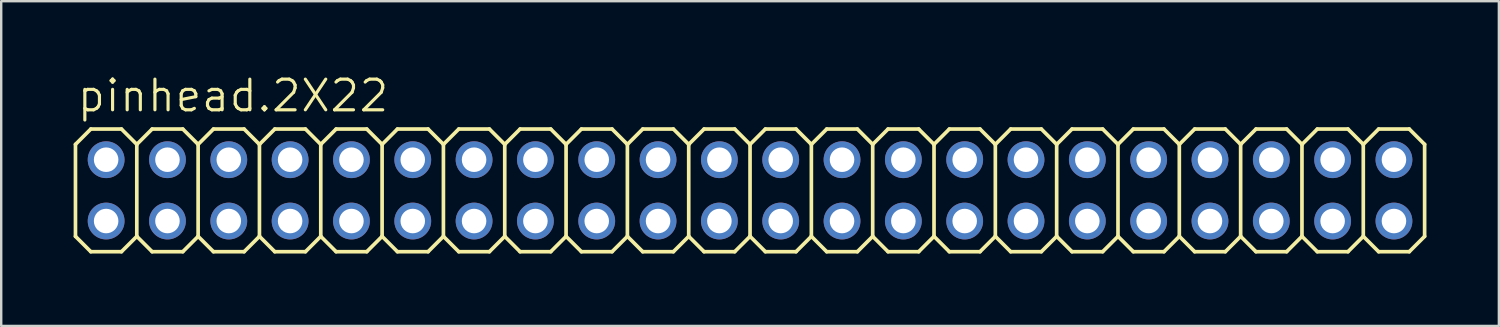
<source format=kicad_pcb>
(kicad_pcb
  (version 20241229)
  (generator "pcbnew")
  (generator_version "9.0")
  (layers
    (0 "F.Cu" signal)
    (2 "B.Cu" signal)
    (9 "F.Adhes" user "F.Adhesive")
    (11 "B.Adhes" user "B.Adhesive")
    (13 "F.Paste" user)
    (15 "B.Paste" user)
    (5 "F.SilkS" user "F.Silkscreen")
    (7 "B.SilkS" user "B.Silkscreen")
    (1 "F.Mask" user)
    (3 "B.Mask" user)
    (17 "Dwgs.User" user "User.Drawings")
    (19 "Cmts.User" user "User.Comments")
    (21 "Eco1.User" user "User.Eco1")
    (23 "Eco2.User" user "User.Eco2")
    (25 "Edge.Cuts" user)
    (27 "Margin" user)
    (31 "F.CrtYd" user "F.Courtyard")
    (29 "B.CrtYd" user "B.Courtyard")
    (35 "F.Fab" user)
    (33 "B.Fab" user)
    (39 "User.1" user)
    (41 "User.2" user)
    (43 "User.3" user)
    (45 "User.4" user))
  (footprint "pinhead.2X22"
    (layer "F.Cu")
    (at 26.746 4.835)
    (property "Reference" "pinhead.2X22" (at -26.67 -3.175 0) (layer "F.SilkS") (effects (font (size 1.27 1.27) (thickness 0.13)) (justify left bottom)))
    (attr through_hole)
    (fp_line (start -26.67 -1.905) (end -26.035 -2.54) (stroke (width 0.152) (type default)) (layer "F.SilkS"))
    (fp_line (start -26.67 1.905) (end -26.67 -1.905) (stroke (width 0.152) (type default)) (layer "F.SilkS"))
    (fp_line (start -26.67 1.905) (end -26.035 2.54) (stroke (width 0.152) (type default)) (layer "F.SilkS"))
    (fp_line (start -26.035 -2.54) (end -24.765 -2.54) (stroke (width 0.152) (type default)) (layer "F.SilkS"))
    (fp_line (start -26.035 2.54) (end -24.765 2.54) (stroke (width 0.152) (type default)) (layer "F.SilkS"))
    (fp_line (start -24.765 -2.54) (end -24.13 -1.905) (stroke (width 0.152) (type default)) (layer "F.SilkS"))
    (fp_line (start -24.765 2.54) (end -24.13 1.905) (stroke (width 0.152) (type default)) (layer "F.SilkS"))
    (fp_line (start -24.13 -1.905) (end -24.13 1.905) (stroke (width 0.152) (type default)) (layer "F.SilkS"))
    (fp_line (start -24.13 -1.905) (end -23.495 -2.54) (stroke (width 0.152) (type default)) (layer "F.SilkS"))
    (fp_line (start -24.13 1.905) (end -23.495 2.54) (stroke (width 0.152) (type default)) (layer "F.SilkS"))
    (fp_line (start -23.495 -2.54) (end -22.225 -2.54) (stroke (width 0.152) (type default)) (layer "F.SilkS"))
    (fp_line (start -23.495 2.54) (end -22.225 2.54) (stroke (width 0.152) (type default)) (layer "F.SilkS"))
    (fp_line (start -22.225 -2.54) (end -21.59 -1.905) (stroke (width 0.152) (type default)) (layer "F.SilkS"))
    (fp_line (start -22.225 2.54) (end -21.59 1.905) (stroke (width 0.152) (type default)) (layer "F.SilkS"))
    (fp_line (start -21.59 -1.905) (end -21.59 1.905) (stroke (width 0.152) (type default)) (layer "F.SilkS"))
    (fp_line (start -21.59 -1.905) (end -20.955 -2.54) (stroke (width 0.152) (type default)) (layer "F.SilkS"))
    (fp_line (start -21.59 1.905) (end -20.955 2.54) (stroke (width 0.152) (type default)) (layer "F.SilkS"))
    (fp_line (start -20.955 -2.54) (end -19.685 -2.54) (stroke (width 0.152) (type default)) (layer "F.SilkS"))
    (fp_line (start -20.955 2.54) (end -19.685 2.54) (stroke (width 0.152) (type default)) (layer "F.SilkS"))
    (fp_line (start -19.685 -2.54) (end -19.05 -1.905) (stroke (width 0.152) (type default)) (layer "F.SilkS"))
    (fp_line (start -19.685 2.54) (end -19.05 1.905) (stroke (width 0.152) (type default)) (layer "F.SilkS"))
    (fp_line (start -19.05 -1.905) (end -19.05 1.905) (stroke (width 0.152) (type default)) (layer "F.SilkS"))
    (fp_line (start -19.05 -1.905) (end -18.415 -2.54) (stroke (width 0.152) (type default)) (layer "F.SilkS"))
    (fp_line (start -19.05 1.905) (end -18.415 2.54) (stroke (width 0.152) (type default)) (layer "F.SilkS"))
    (fp_line (start -18.415 -2.54) (end -17.145 -2.54) (stroke (width 0.152) (type default)) (layer "F.SilkS"))
    (fp_line (start -18.415 2.54) (end -17.145 2.54) (stroke (width 0.152) (type default)) (layer "F.SilkS"))
    (fp_line (start -17.145 -2.54) (end -16.51 -1.905) (stroke (width 0.152) (type default)) (layer "F.SilkS"))
    (fp_line (start -17.145 2.54) (end -16.51 1.905) (stroke (width 0.152) (type default)) (layer "F.SilkS"))
    (fp_line (start -16.51 -1.905) (end -16.51 1.905) (stroke (width 0.152) (type default)) (layer "F.SilkS"))
    (fp_line (start -16.51 -1.905) (end -15.875 -2.54) (stroke (width 0.152) (type default)) (layer "F.SilkS"))
    (fp_line (start -16.51 1.905) (end -15.875 2.54) (stroke (width 0.152) (type default)) (layer "F.SilkS"))
    (fp_line (start -15.875 -2.54) (end -14.605 -2.54) (stroke (width 0.152) (type default)) (layer "F.SilkS"))
    (fp_line (start -15.875 2.54) (end -14.605 2.54) (stroke (width 0.152) (type default)) (layer "F.SilkS"))
    (fp_line (start -14.605 -2.54) (end -13.97 -1.905) (stroke (width 0.152) (type default)) (layer "F.SilkS"))
    (fp_line (start -14.605 2.54) (end -13.97 1.905) (stroke (width 0.152) (type default)) (layer "F.SilkS"))
    (fp_line (start -13.97 -1.905) (end -13.97 1.905) (stroke (width 0.152) (type default)) (layer "F.SilkS"))
    (fp_line (start -13.97 -1.905) (end -13.335 -2.54) (stroke (width 0.152) (type default)) (layer "F.SilkS"))
    (fp_line (start -13.97 1.905) (end -13.335 2.54) (stroke (width 0.152) (type default)) (layer "F.SilkS"))
    (fp_line (start -13.335 -2.54) (end -12.065 -2.54) (stroke (width 0.152) (type default)) (layer "F.SilkS"))
    (fp_line (start -13.335 2.54) (end -12.065 2.54) (stroke (width 0.152) (type default)) (layer "F.SilkS"))
    (fp_line (start -12.065 -2.54) (end -11.43 -1.905) (stroke (width 0.152) (type default)) (layer "F.SilkS"))
    (fp_line (start -12.065 2.54) (end -11.43 1.905) (stroke (width 0.152) (type default)) (layer "F.SilkS"))
    (fp_line (start -11.43 -1.905) (end -11.43 1.905) (stroke (width 0.152) (type default)) (layer "F.SilkS"))
    (fp_line (start -11.43 -1.905) (end -10.795 -2.54) (stroke (width 0.152) (type default)) (layer "F.SilkS"))
    (fp_line (start -11.43 1.905) (end -10.795 2.54) (stroke (width 0.152) (type default)) (layer "F.SilkS"))
    (fp_line (start -10.795 -2.54) (end -9.525 -2.54) (stroke (width 0.152) (type default)) (layer "F.SilkS"))
    (fp_line (start -9.525 -2.54) (end -8.89 -1.905) (stroke (width 0.152) (type default)) (layer "F.SilkS"))
    (fp_line (start -9.525 2.54) (end -10.795 2.54) (stroke (width 0.152) (type default)) (layer "F.SilkS"))
    (fp_line (start -8.89 -1.905) (end -8.89 1.905) (stroke (width 0.152) (type default)) (layer "F.SilkS"))
    (fp_line (start -8.89 -1.905) (end -8.255 -2.54) (stroke (width 0.152) (type default)) (layer "F.SilkS"))
    (fp_line (start -8.89 1.905) (end -9.525 2.54) (stroke (width 0.152) (type default)) (layer "F.SilkS"))
    (fp_line (start -8.89 1.905) (end -8.255 2.54) (stroke (width 0.152) (type default)) (layer "F.SilkS"))
    (fp_line (start -8.255 -2.54) (end -6.985 -2.54) (stroke (width 0.152) (type default)) (layer "F.SilkS"))
    (fp_line (start -6.985 -2.54) (end -6.35 -1.905) (stroke (width 0.152) (type default)) (layer "F.SilkS"))
    (fp_line (start -6.985 2.54) (end -8.255 2.54) (stroke (width 0.152) (type default)) (layer "F.SilkS"))
    (fp_line (start -6.35 -1.905) (end -6.35 1.905) (stroke (width 0.152) (type default)) (layer "F.SilkS"))
    (fp_line (start -6.35 -1.905) (end -5.715 -2.54) (stroke (width 0.152) (type default)) (layer "F.SilkS"))
    (fp_line (start -6.35 1.905) (end -6.985 2.54) (stroke (width 0.152) (type default)) (layer "F.SilkS"))
    (fp_line (start -6.35 1.905) (end -5.715 2.54) (stroke (width 0.152) (type default)) (layer "F.SilkS"))
    (fp_line (start -5.715 -2.54) (end -4.445 -2.54) (stroke (width 0.152) (type default)) (layer "F.SilkS"))
    (fp_line (start -4.445 -2.54) (end -3.81 -1.905) (stroke (width 0.152) (type default)) (layer "F.SilkS"))
    (fp_line (start -4.445 2.54) (end -5.715 2.54) (stroke (width 0.152) (type default)) (layer "F.SilkS"))
    (fp_line (start -3.81 -1.905) (end -3.81 1.905) (stroke (width 0.152) (type default)) (layer "F.SilkS"))
    (fp_line (start -3.81 -1.905) (end -3.175 -2.54) (stroke (width 0.152) (type default)) (layer "F.SilkS"))
    (fp_line (start -3.81 1.905) (end -4.445 2.54) (stroke (width 0.152) (type default)) (layer "F.SilkS"))
    (fp_line (start -3.81 1.905) (end -3.175 2.54) (stroke (width 0.152) (type default)) (layer "F.SilkS"))
    (fp_line (start -3.175 -2.54) (end -1.905 -2.54) (stroke (width 0.152) (type default)) (layer "F.SilkS"))
    (fp_line (start -1.905 -2.54) (end -1.27 -1.905) (stroke (width 0.152) (type default)) (layer "F.SilkS"))
    (fp_line (start -1.905 2.54) (end -3.175 2.54) (stroke (width 0.152) (type default)) (layer "F.SilkS"))
    (fp_line (start -1.27 -1.905) (end -1.27 1.905) (stroke (width 0.152) (type default)) (layer "F.SilkS"))
    (fp_line (start -1.27 -1.905) (end -0.635 -2.54) (stroke (width 0.152) (type default)) (layer "F.SilkS"))
    (fp_line (start -1.27 1.905) (end -1.905 2.54) (stroke (width 0.152) (type default)) (layer "F.SilkS"))
    (fp_line (start -1.27 1.905) (end -0.635 2.54) (stroke (width 0.152) (type default)) (layer "F.SilkS"))
    (fp_line (start -0.635 -2.54) (end 0.635 -2.54) (stroke (width 0.152) (type default)) (layer "F.SilkS"))
    (fp_line (start 0.635 -2.54) (end 1.27 -1.905) (stroke (width 0.152) (type default)) (layer "F.SilkS"))
    (fp_line (start 0.635 2.54) (end -0.635 2.54) (stroke (width 0.152) (type default)) (layer "F.SilkS"))
    (fp_line (start 1.27 -1.905) (end 1.27 1.905) (stroke (width 0.152) (type default)) (layer "F.SilkS"))
    (fp_line (start 1.27 -1.905) (end 1.905 -2.54) (stroke (width 0.152) (type default)) (layer "F.SilkS"))
    (fp_line (start 1.27 1.905) (end 0.635 2.54) (stroke (width 0.152) (type default)) (layer "F.SilkS"))
    (fp_line (start 1.27 1.905) (end 1.905 2.54) (stroke (width 0.152) (type default)) (layer "F.SilkS"))
    (fp_line (start 1.905 -2.54) (end 3.175 -2.54) (stroke (width 0.152) (type default)) (layer "F.SilkS"))
    (fp_line (start 3.175 2.54) (end 1.905 2.54) (stroke (width 0.152) (type default)) (layer "F.SilkS"))
    (fp_line (start 3.81 -1.905) (end 3.175 -2.54) (stroke (width 0.152) (type default)) (layer "F.SilkS"))
    (fp_line (start 3.81 -1.905) (end 3.81 1.905) (stroke (width 0.152) (type default)) (layer "F.SilkS"))
    (fp_line (start 3.81 -1.905) (end 4.445 -2.54) (stroke (width 0.152) (type default)) (layer "F.SilkS"))
    (fp_line (start 3.81 1.905) (end 3.175 2.54) (stroke (width 0.152) (type default)) (layer "F.SilkS"))
    (fp_line (start 3.81 1.905) (end 4.445 2.54) (stroke (width 0.152) (type default)) (layer "F.SilkS"))
    (fp_line (start 5.715 -2.54) (end 4.445 -2.54) (stroke (width 0.152) (type default)) (layer "F.SilkS"))
    (fp_line (start 5.715 -2.54) (end 6.35 -1.905) (stroke (width 0.152) (type default)) (layer "F.SilkS"))
    (fp_line (start 5.715 2.54) (end 4.445 2.54) (stroke (width 0.152) (type default)) (layer "F.SilkS"))
    (fp_line (start 6.35 -1.905) (end 6.35 1.905) (stroke (width 0.152) (type default)) (layer "F.SilkS"))
    (fp_line (start 6.35 -1.905) (end 6.985 -2.54) (stroke (width 0.152) (type default)) (layer "F.SilkS"))
    (fp_line (start 6.35 1.905) (end 5.715 2.54) (stroke (width 0.152) (type default)) (layer "F.SilkS"))
    (fp_line (start 6.35 1.905) (end 6.985 2.54) (stroke (width 0.152) (type default)) (layer "F.SilkS"))
    (fp_line (start 8.255 -2.54) (end 6.985 -2.54) (stroke (width 0.152) (type default)) (layer "F.SilkS"))
    (fp_line (start 8.255 -2.54) (end 8.89 -1.905) (stroke (width 0.152) (type default)) (layer "F.SilkS"))
    (fp_line (start 8.255 2.54) (end 6.985 2.54) (stroke (width 0.152) (type default)) (layer "F.SilkS"))
    (fp_line (start 8.89 -1.905) (end 8.89 1.905) (stroke (width 0.152) (type default)) (layer "F.SilkS"))
    (fp_line (start 8.89 -1.905) (end 9.525 -2.54) (stroke (width 0.152) (type default)) (layer "F.SilkS"))
    (fp_line (start 8.89 1.905) (end 8.255 2.54) (stroke (width 0.152) (type default)) (layer "F.SilkS"))
    (fp_line (start 9.525 2.54) (end 8.89 1.905) (stroke (width 0.152) (type default)) (layer "F.SilkS"))
    (fp_line (start 9.525 2.54) (end 10.795 2.54) (stroke (width 0.152) (type default)) (layer "F.SilkS"))
    (fp_line (start 10.795 -2.54) (end 9.525 -2.54) (stroke (width 0.152) (type default)) (layer "F.SilkS"))
    (fp_line (start 10.795 -2.54) (end 11.43 -1.905) (stroke (width 0.152) (type default)) (layer "F.SilkS"))
    (fp_line (start 11.43 -1.905) (end 11.43 1.905) (stroke (width 0.152) (type default)) (layer "F.SilkS"))
    (fp_line (start 11.43 -1.905) (end 12.065 -2.54) (stroke (width 0.152) (type default)) (layer "F.SilkS"))
    (fp_line (start 11.43 1.905) (end 10.795 2.54) (stroke (width 0.152) (type default)) (layer "F.SilkS"))
    (fp_line (start 12.065 2.54) (end 11.43 1.905) (stroke (width 0.152) (type default)) (layer "F.SilkS"))
    (fp_line (start 12.065 2.54) (end 13.335 2.54) (stroke (width 0.152) (type default)) (layer "F.SilkS"))
    (fp_line (start 13.335 -2.54) (end 12.065 -2.54) (stroke (width 0.152) (type default)) (layer "F.SilkS"))
    (fp_line (start 13.335 -2.54) (end 13.97 -1.905) (stroke (width 0.152) (type default)) (layer "F.SilkS"))
    (fp_line (start 13.97 -1.905) (end 13.97 1.905) (stroke (width 0.152) (type default)) (layer "F.SilkS"))
    (fp_line (start 13.97 -1.905) (end 14.605 -2.54) (stroke (width 0.152) (type default)) (layer "F.SilkS"))
    (fp_line (start 13.97 1.905) (end 13.335 2.54) (stroke (width 0.152) (type default)) (layer "F.SilkS"))
    (fp_line (start 13.97 1.905) (end 14.605 2.54) (stroke (width 0.152) (type default)) (layer "F.SilkS"))
    (fp_line (start 15.875 -2.54) (end 14.605 -2.54) (stroke (width 0.152) (type default)) (layer "F.SilkS"))
    (fp_line (start 15.875 -2.54) (end 16.51 -1.905) (stroke (width 0.152) (type default)) (layer "F.SilkS"))
    (fp_line (start 15.875 2.54) (end 14.605 2.54) (stroke (width 0.152) (type default)) (layer "F.SilkS"))
    (fp_line (start 16.51 -1.905) (end 16.51 1.905) (stroke (width 0.152) (type default)) (layer "F.SilkS"))
    (fp_line (start 16.51 -1.905) (end 17.145 -2.54) (stroke (width 0.152) (type default)) (layer "F.SilkS"))
    (fp_line (start 16.51 1.905) (end 15.875 2.54) (stroke (width 0.152) (type default)) (layer "F.SilkS"))
    (fp_line (start 16.51 1.905) (end 17.145 2.54) (stroke (width 0.152) (type default)) (layer "F.SilkS"))
    (fp_line (start 18.415 -2.54) (end 17.145 -2.54) (stroke (width 0.152) (type default)) (layer "F.SilkS"))
    (fp_line (start 18.415 -2.54) (end 19.05 -1.905) (stroke (width 0.152) (type default)) (layer "F.SilkS"))
    (fp_line (start 18.415 2.54) (end 17.145 2.54) (stroke (width 0.152) (type default)) (layer "F.SilkS"))
    (fp_line (start 19.05 -1.905) (end 19.05 1.905) (stroke (width 0.152) (type default)) (layer "F.SilkS"))
    (fp_line (start 19.05 -1.905) (end 19.685 -2.54) (stroke (width 0.152) (type default)) (layer "F.SilkS"))
    (fp_line (start 19.05 1.905) (end 18.415 2.54) (stroke (width 0.152) (type default)) (layer "F.SilkS"))
    (fp_line (start 19.05 1.905) (end 19.685 2.54) (stroke (width 0.152) (type default)) (layer "F.SilkS"))
    (fp_line (start 20.955 -2.54) (end 19.685 -2.54) (stroke (width 0.152) (type default)) (layer "F.SilkS"))
    (fp_line (start 20.955 -2.54) (end 21.59 -1.905) (stroke (width 0.152) (type default)) (layer "F.SilkS"))
    (fp_line (start 20.955 2.54) (end 19.685 2.54) (stroke (width 0.152) (type default)) (layer "F.SilkS"))
    (fp_line (start 21.59 -1.905) (end 21.59 1.905) (stroke (width 0.152) (type default)) (layer "F.SilkS"))
    (fp_line (start 21.59 -1.905) (end 22.225 -2.54) (stroke (width 0.152) (type default)) (layer "F.SilkS"))
    (fp_line (start 21.59 1.905) (end 20.955 2.54) (stroke (width 0.152) (type default)) (layer "F.SilkS"))
    (fp_line (start 21.59 1.905) (end 22.225 2.54) (stroke (width 0.152) (type default)) (layer "F.SilkS"))
    (fp_line (start 23.495 -2.54) (end 22.225 -2.54) (stroke (width 0.152) (type default)) (layer "F.SilkS"))
    (fp_line (start 23.495 -2.54) (end 24.13 -1.905) (stroke (width 0.152) (type default)) (layer "F.SilkS"))
    (fp_line (start 23.495 2.54) (end 22.225 2.54) (stroke (width 0.152) (type default)) (layer "F.SilkS"))
    (fp_line (start 24.13 -1.905) (end 24.13 1.905) (stroke (width 0.152) (type default)) (layer "F.SilkS"))
    (fp_line (start 24.13 -1.905) (end 24.765 -2.54) (stroke (width 0.152) (type default)) (layer "F.SilkS"))
    (fp_line (start 24.13 1.905) (end 23.495 2.54) (stroke (width 0.152) (type default)) (layer "F.SilkS"))
    (fp_line (start 24.13 1.905) (end 24.765 2.54) (stroke (width 0.152) (type default)) (layer "F.SilkS"))
    (fp_line (start 26.035 -2.54) (end 24.765 -2.54) (stroke (width 0.152) (type default)) (layer "F.SilkS"))
    (fp_line (start 26.035 -2.54) (end 26.67 -1.905) (stroke (width 0.152) (type default)) (layer "F.SilkS"))
    (fp_line (start 26.035 2.54) (end 24.765 2.54) (stroke (width 0.152) (type default)) (layer "F.SilkS"))
    (fp_line (start 26.67 -1.905) (end 26.67 1.905) (stroke (width 0.152) (type default)) (layer "F.SilkS"))
    (fp_line (start 26.67 -1.905) (end 27.305 -2.54) (stroke (width 0.152) (type default)) (layer "F.SilkS"))
    (fp_line (start 26.67 1.905) (end 26.035 2.54) (stroke (width 0.152) (type default)) (layer "F.SilkS"))
    (fp_line (start 26.67 1.905) (end 27.305 2.54) (stroke (width 0.152) (type default)) (layer "F.SilkS"))
    (fp_line (start 28.575 -2.54) (end 27.305 -2.54) (stroke (width 0.152) (type default)) (layer "F.SilkS"))
    (fp_line (start 28.575 -2.54) (end 29.21 -1.905) (stroke (width 0.152) (type default)) (layer "F.SilkS"))
    (fp_line (start 28.575 2.54) (end 27.305 2.54) (stroke (width 0.152) (type default)) (layer "F.SilkS"))
    (fp_line (start 29.21 -1.905) (end 29.21 1.905) (stroke (width 0.152) (type default)) (layer "F.SilkS"))
    (fp_line (start 29.21 1.905) (end 28.575 2.54) (stroke (width 0.152) (type default)) (layer "F.SilkS"))
    (fp_rect (start -25.654 -1.016) (end -25.146 -1.524) (stroke (width 0.05) (type default)) (fill no) (layer "F.Fab"))
    (fp_rect (start -25.654 1.524) (end -25.146 1.016) (stroke (width 0.05) (type default)) (fill no) (layer "F.Fab"))
    (fp_rect (start -23.114 -1.016) (end -22.606 -1.524) (stroke (width 0.05) (type default)) (fill no) (layer "F.Fab"))
    (fp_rect (start -23.114 1.524) (end -22.606 1.016) (stroke (width 0.05) (type default)) (fill no) (layer "F.Fab"))
    (fp_rect (start -20.574 -1.016) (end -20.066 -1.524) (stroke (width 0.05) (type default)) (fill no) (layer "F.Fab"))
    (fp_rect (start -20.574 1.524) (end -20.066 1.016) (stroke (width 0.05) (type default)) (fill no) (layer "F.Fab"))
    (fp_rect (start -18.034 -1.016) (end -17.526 -1.524) (stroke (width 0.05) (type default)) (fill no) (layer "F.Fab"))
    (fp_rect (start -18.034 1.524) (end -17.526 1.016) (stroke (width 0.05) (type default)) (fill no) (layer "F.Fab"))
    (fp_rect (start -15.494 -1.016) (end -14.986 -1.524) (stroke (width 0.05) (type default)) (fill no) (layer "F.Fab"))
    (fp_rect (start -15.494 1.524) (end -14.986 1.016) (stroke (width 0.05) (type default)) (fill no) (layer "F.Fab"))
    (fp_rect (start -12.954 -1.016) (end -12.446 -1.524) (stroke (width 0.05) (type default)) (fill no) (layer "F.Fab"))
    (fp_rect (start -12.954 1.524) (end -12.446 1.016) (stroke (width 0.05) (type default)) (fill no) (layer "F.Fab"))
    (fp_rect (start -10.414 -1.016) (end -9.906 -1.524) (stroke (width 0.05) (type default)) (fill no) (layer "F.Fab"))
    (fp_rect (start -10.414 1.524) (end -9.906 1.016) (stroke (width 0.05) (type default)) (fill no) (layer "F.Fab"))
    (fp_rect (start -7.874 -1.016) (end -7.366 -1.524) (stroke (width 0.05) (type default)) (fill no) (layer "F.Fab"))
    (fp_rect (start -7.874 1.524) (end -7.366 1.016) (stroke (width 0.05) (type default)) (fill no) (layer "F.Fab"))
    (fp_rect (start -5.334 -1.016) (end -4.826 -1.524) (stroke (width 0.05) (type default)) (fill no) (layer "F.Fab"))
    (fp_rect (start -5.334 1.524) (end -4.826 1.016) (stroke (width 0.05) (type default)) (fill no) (layer "F.Fab"))
    (fp_rect (start -2.794 -1.016) (end -2.286 -1.524) (stroke (width 0.05) (type default)) (fill no) (layer "F.Fab"))
    (fp_rect (start -2.794 1.524) (end -2.286 1.016) (stroke (width 0.05) (type default)) (fill no) (layer "F.Fab"))
    (fp_rect (start -0.254 -1.016) (end 0.254 -1.524) (stroke (width 0.05) (type default)) (fill no) (layer "F.Fab"))
    (fp_rect (start -0.254 1.524) (end 0.254 1.016) (stroke (width 0.05) (type default)) (fill no) (layer "F.Fab"))
    (fp_rect (start 2.286 -1.016) (end 2.794 -1.524) (stroke (width 0.05) (type default)) (fill no) (layer "F.Fab"))
    (fp_rect (start 2.286 1.524) (end 2.794 1.016) (stroke (width 0.05) (type default)) (fill no) (layer "F.Fab"))
    (fp_rect (start 4.826 -1.016) (end 5.334 -1.524) (stroke (width 0.05) (type default)) (fill no) (layer "F.Fab"))
    (fp_rect (start 4.826 1.524) (end 5.334 1.016) (stroke (width 0.05) (type default)) (fill no) (layer "F.Fab"))
    (fp_rect (start 7.366 -1.016) (end 7.874 -1.524) (stroke (width 0.05) (type default)) (fill no) (layer "F.Fab"))
    (fp_rect (start 7.366 1.524) (end 7.874 1.016) (stroke (width 0.05) (type default)) (fill no) (layer "F.Fab"))
    (fp_rect (start 9.906 -1.016) (end 10.414 -1.524) (stroke (width 0.05) (type default)) (fill no) (layer "F.Fab"))
    (fp_rect (start 9.906 1.524) (end 10.414 1.016) (stroke (width 0.05) (type default)) (fill no) (layer "F.Fab"))
    (fp_rect (start 12.446 -1.016) (end 12.954 -1.524) (stroke (width 0.05) (type default)) (fill no) (layer "F.Fab"))
    (fp_rect (start 12.446 1.524) (end 12.954 1.016) (stroke (width 0.05) (type default)) (fill no) (layer "F.Fab"))
    (fp_rect (start 14.986 -1.016) (end 15.494 -1.524) (stroke (width 0.05) (type default)) (fill no) (layer "F.Fab"))
    (fp_rect (start 14.986 1.524) (end 15.494 1.016) (stroke (width 0.05) (type default)) (fill no) (layer "F.Fab"))
    (fp_rect (start 17.526 -1.016) (end 18.034 -1.524) (stroke (width 0.05) (type default)) (fill no) (layer "F.Fab"))
    (fp_rect (start 17.526 1.524) (end 18.034 1.016) (stroke (width 0.05) (type default)) (fill no) (layer "F.Fab"))
    (fp_rect (start 20.066 -1.016) (end 20.574 -1.524) (stroke (width 0.05) (type default)) (fill no) (layer "F.Fab"))
    (fp_rect (start 20.066 1.524) (end 20.574 1.016) (stroke (width 0.05) (type default)) (fill no) (layer "F.Fab"))
    (fp_rect (start 22.606 -1.016) (end 23.114 -1.524) (stroke (width 0.05) (type default)) (fill no) (layer "F.Fab"))
    (fp_rect (start 22.606 1.524) (end 23.114 1.016) (stroke (width 0.05) (type default)) (fill no) (layer "F.Fab"))
    (fp_rect (start 25.146 -1.016) (end 25.654 -1.524) (stroke (width 0.05) (type default)) (fill no) (layer "F.Fab"))
    (fp_rect (start 25.146 1.524) (end 25.654 1.016) (stroke (width 0.05) (type default)) (fill no) (layer "F.Fab"))
    (fp_rect (start 27.686 -1.016) (end 28.194 -1.524) (stroke (width 0.05) (type default)) (fill no) (layer "F.Fab"))
    (fp_rect (start 27.686 1.524) (end 28.194 1.016) (stroke (width 0.05) (type default)) (fill no) (layer "F.Fab"))
    (pad "1" thru_hole circle (at -25.4 1.27) (size 1.524 1.524) (drill 1.016) (layers "*.Cu" "*.Mask"))
    (pad "2" thru_hole circle (at -25.4 -1.27) (size 1.524 1.524) (drill 1.016) (layers "*.Cu" "*.Mask"))
    (pad "3" thru_hole circle (at -22.86 1.27) (size 1.524 1.524) (drill 1.016) (layers "*.Cu" "*.Mask"))
    (pad "4" thru_hole circle (at -22.86 -1.27) (size 1.524 1.524) (drill 1.016) (layers "*.Cu" "*.Mask"))
    (pad "5" thru_hole circle (at -20.32 1.27) (size 1.524 1.524) (drill 1.016) (layers "*.Cu" "*.Mask"))
    (pad "6" thru_hole circle (at -20.32 -1.27) (size 1.524 1.524) (drill 1.016) (layers "*.Cu" "*.Mask"))
    (pad "7" thru_hole circle (at -17.78 1.27) (size 1.524 1.524) (drill 1.016) (layers "*.Cu" "*.Mask"))
    (pad "8" thru_hole circle (at -17.78 -1.27) (size 1.524 1.524) (drill 1.016) (layers "*.Cu" "*.Mask"))
    (pad "9" thru_hole circle (at -15.24 1.27) (size 1.524 1.524) (drill 1.016) (layers "*.Cu" "*.Mask"))
    (pad "10" thru_hole circle (at -15.24 -1.27) (size 1.524 1.524) (drill 1.016) (layers "*.Cu" "*.Mask"))
    (pad "11" thru_hole circle (at -12.7 1.27) (size 1.524 1.524) (drill 1.016) (layers "*.Cu" "*.Mask"))
    (pad "12" thru_hole circle (at -12.7 -1.27) (size 1.524 1.524) (drill 1.016) (layers "*.Cu" "*.Mask"))
    (pad "13" thru_hole circle (at -10.16 1.27) (size 1.524 1.524) (drill 1.016) (layers "*.Cu" "*.Mask"))
    (pad "14" thru_hole circle (at -10.16 -1.27) (size 1.524 1.524) (drill 1.016) (layers "*.Cu" "*.Mask"))
    (pad "15" thru_hole circle (at -7.62 1.27) (size 1.524 1.524) (drill 1.016) (layers "*.Cu" "*.Mask"))
    (pad "16" thru_hole circle (at -7.62 -1.27) (size 1.524 1.524) (drill 1.016) (layers "*.Cu" "*.Mask"))
    (pad "17" thru_hole circle (at -5.08 1.27) (size 1.524 1.524) (drill 1.016) (layers "*.Cu" "*.Mask"))
    (pad "18" thru_hole circle (at -5.08 -1.27) (size 1.524 1.524) (drill 1.016) (layers "*.Cu" "*.Mask"))
    (pad "19" thru_hole circle (at -2.54 1.27) (size 1.524 1.524) (drill 1.016) (layers "*.Cu" "*.Mask"))
    (pad "20" thru_hole circle (at -2.54 -1.27) (size 1.524 1.524) (drill 1.016) (layers "*.Cu" "*.Mask"))
    (pad "21" thru_hole circle (at 0 1.27) (size 1.524 1.524) (drill 1.016) (layers "*.Cu" "*.Mask"))
    (pad "22" thru_hole circle (at 0 -1.27) (size 1.524 1.524) (drill 1.016) (layers "*.Cu" "*.Mask"))
    (pad "23" thru_hole circle (at 2.54 1.27) (size 1.524 1.524) (drill 1.016) (layers "*.Cu" "*.Mask"))
    (pad "24" thru_hole circle (at 2.54 -1.27) (size 1.524 1.524) (drill 1.016) (layers "*.Cu" "*.Mask"))
    (pad "25" thru_hole circle (at 5.08 1.27) (size 1.524 1.524) (drill 1.016) (layers "*.Cu" "*.Mask"))
    (pad "26" thru_hole circle (at 5.08 -1.27) (size 1.524 1.524) (drill 1.016) (layers "*.Cu" "*.Mask"))
    (pad "27" thru_hole circle (at 7.62 1.27) (size 1.524 1.524) (drill 1.016) (layers "*.Cu" "*.Mask"))
    (pad "28" thru_hole circle (at 7.62 -1.27) (size 1.524 1.524) (drill 1.016) (layers "*.Cu" "*.Mask"))
    (pad "29" thru_hole circle (at 10.16 1.27) (size 1.524 1.524) (drill 1.016) (layers "*.Cu" "*.Mask"))
    (pad "30" thru_hole circle (at 10.16 -1.27) (size 1.524 1.524) (drill 1.016) (layers "*.Cu" "*.Mask"))
    (pad "31" thru_hole circle (at 12.7 1.27) (size 1.524 1.524) (drill 1.016) (layers "*.Cu" "*.Mask"))
    (pad "32" thru_hole circle (at 12.7 -1.27) (size 1.524 1.524) (drill 1.016) (layers "*.Cu" "*.Mask"))
    (pad "33" thru_hole circle (at 15.24 1.27) (size 1.524 1.524) (drill 1.016) (layers "*.Cu" "*.Mask"))
    (pad "34" thru_hole circle (at 15.24 -1.27) (size 1.524 1.524) (drill 1.016) (layers "*.Cu" "*.Mask"))
    (pad "35" thru_hole circle (at 17.78 1.27) (size 1.524 1.524) (drill 1.016) (layers "*.Cu" "*.Mask"))
    (pad "36" thru_hole circle (at 17.78 -1.27) (size 1.524 1.524) (drill 1.016) (layers "*.Cu" "*.Mask"))
    (pad "37" thru_hole circle (at 20.32 1.27) (size 1.524 1.524) (drill 1.016) (layers "*.Cu" "*.Mask"))
    (pad "38" thru_hole circle (at 20.32 -1.27) (size 1.524 1.524) (drill 1.016) (layers "*.Cu" "*.Mask"))
    (pad "39" thru_hole circle (at 22.86 1.27) (size 1.524 1.524) (drill 1.016) (layers "*.Cu" "*.Mask"))
    (pad "40" thru_hole circle (at 22.86 -1.27) (size 1.524 1.524) (drill 1.016) (layers "*.Cu" "*.Mask"))
    (pad "41" thru_hole circle (at 25.4 1.27) (size 1.524 1.524) (drill 1.016) (layers "*.Cu" "*.Mask"))
    (pad "42" thru_hole circle (at 25.4 -1.27) (size 1.524 1.524) (drill 1.016) (layers "*.Cu" "*.Mask"))
    (pad "43" thru_hole circle (at 27.94 1.27) (size 1.524 1.524) (drill 1.016) (layers "*.Cu" "*.Mask"))
    (pad "44" thru_hole circle (at 27.94 -1.27) (size 1.524 1.524) (drill 1.016) (layers "*.Cu" "*.Mask")))
  (gr_rect
    (start -3 -3)
    (end 59.032 10.451)
    (stroke (width 0.1) (type default))
    (fill no)
    (layer "Edge.Cuts")))
</source>
